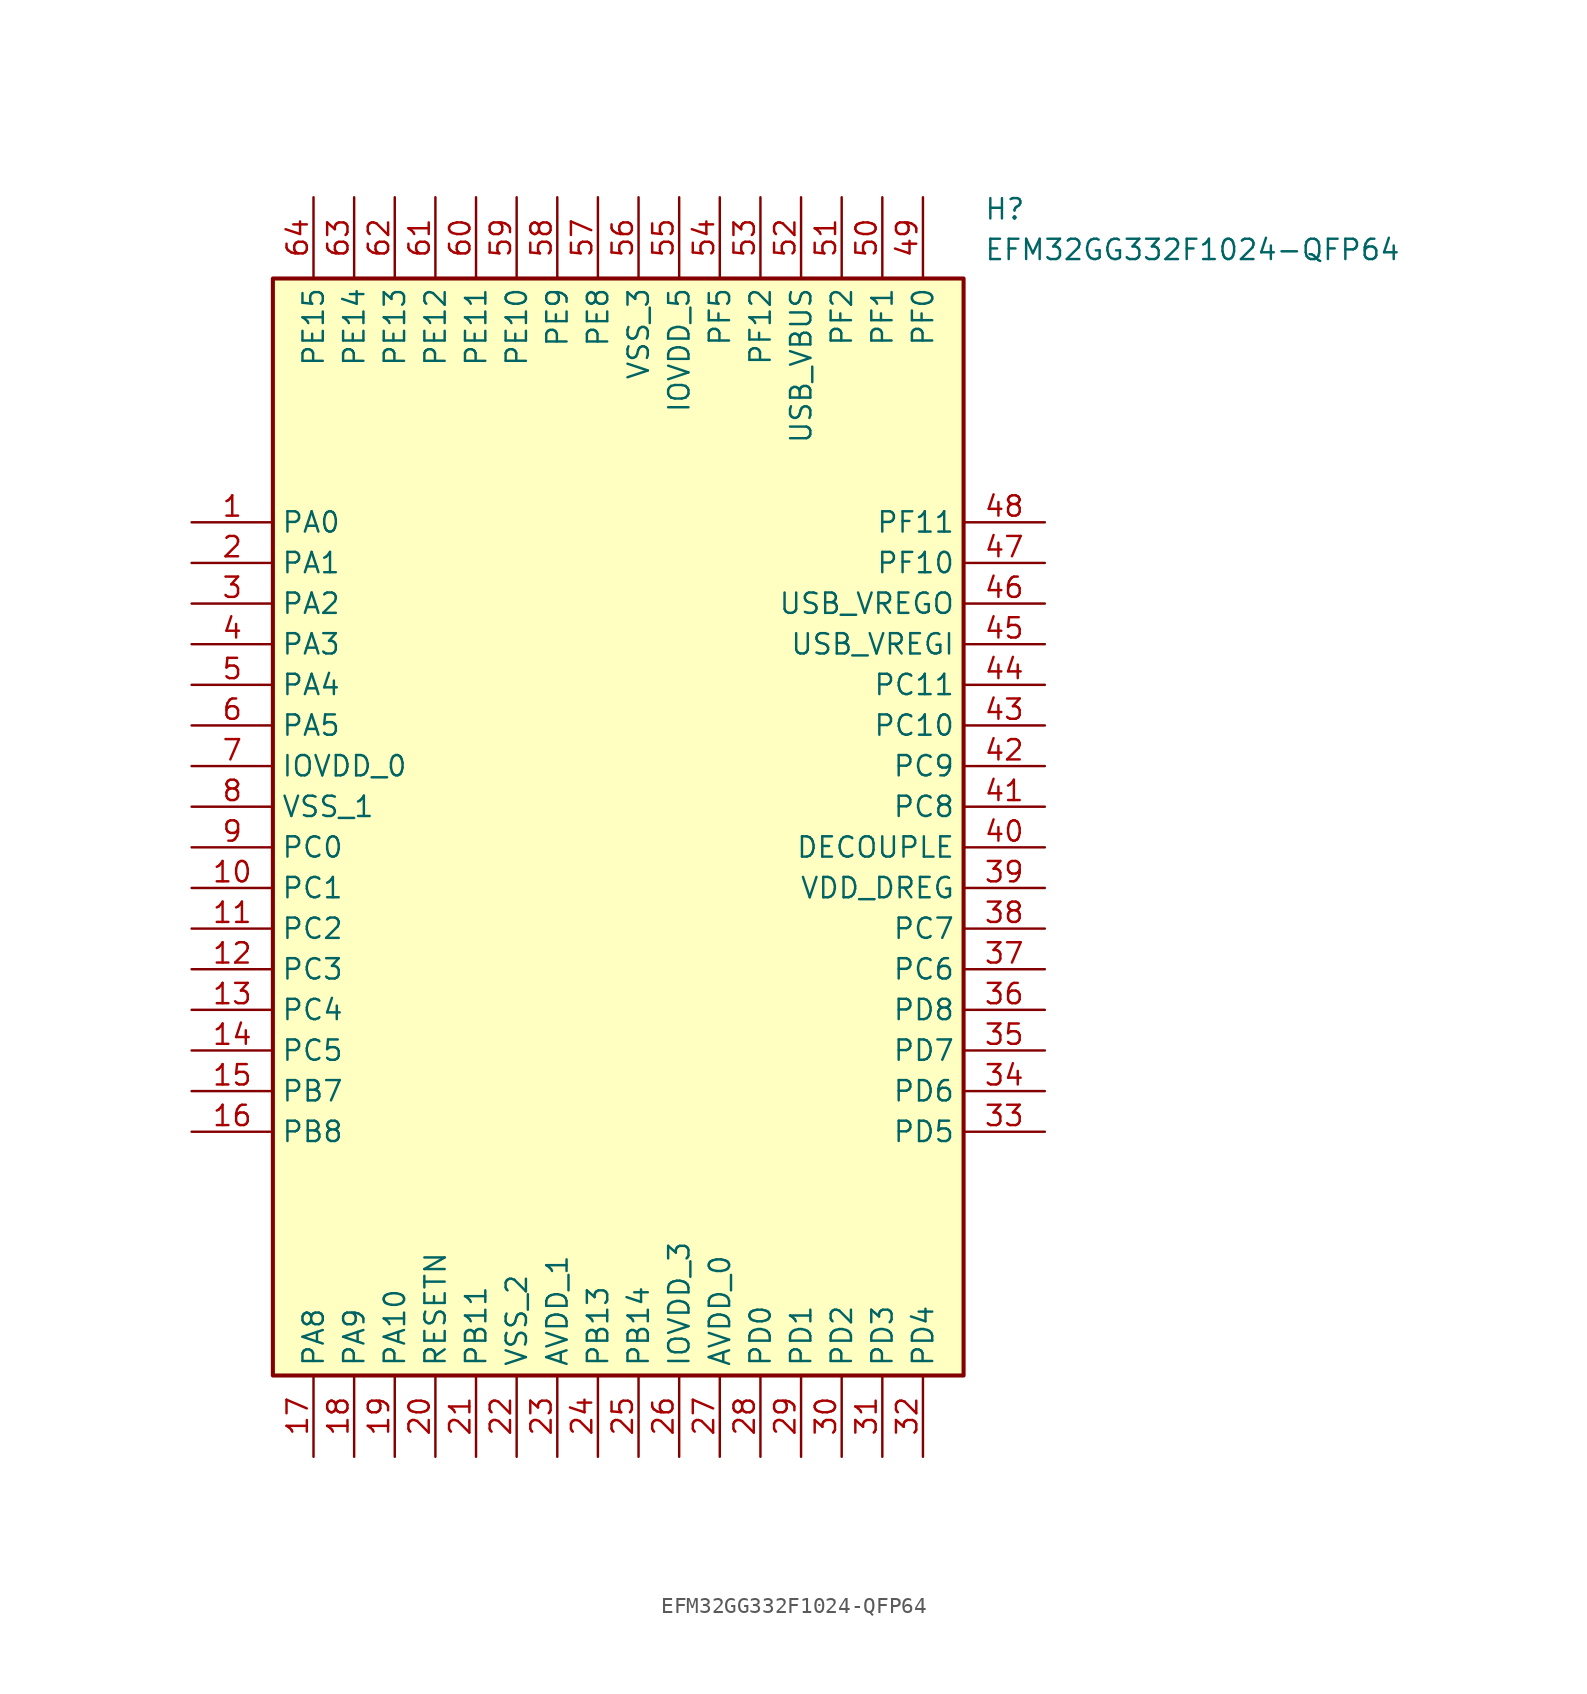
<source format=kicad_sym>
(kicad_symbol_lib
  (version 20211014)
  (generator SamacSys_ECAD_Model)
  (symbol "EFM32GG332F1024-QFP64"
    (property "Reference" "H"
      (at 49.53 20.32 0)
      (effects (font (size 1.27 1.27)) (justify left top)))
    (property "Value" "EFM32GG332F1024-QFP64"
      (at 49.53 17.78 0)
      (effects (font (size 1.27 1.27)) (justify left top)))
    (rectangle
      (start 5.08 15.24)
      (end 48.26 -53.34)
      (stroke (width 0.254) (type default))
      (fill (type background)))
    (pin bidirectional line
      (at 0 0 0)
      (length 5.08)
      (name "PA0" (effects (font (size 1.27 1.27))))
      (number "1" (effects (font (size 1.27 1.27)))))
    (pin bidirectional line
      (at 0 -2.54 0)
      (length 5.08)
      (name "PA1" (effects (font (size 1.27 1.27))))
      (number "2" (effects (font (size 1.27 1.27)))))
    (pin bidirectional line
      (at 0 -5.08 0)
      (length 5.08)
      (name "PA2" (effects (font (size 1.27 1.27))))
      (number "3" (effects (font (size 1.27 1.27)))))
    (pin bidirectional line
      (at 0 -7.62 0)
      (length 5.08)
      (name "PA3" (effects (font (size 1.27 1.27))))
      (number "4" (effects (font (size 1.27 1.27)))))
    (pin bidirectional line
      (at 0 -10.16 0)
      (length 5.08)
      (name "PA4" (effects (font (size 1.27 1.27))))
      (number "5" (effects (font (size 1.27 1.27)))))
    (pin bidirectional line
      (at 0 -12.7 0)
      (length 5.08)
      (name "PA5" (effects (font (size 1.27 1.27))))
      (number "6" (effects (font (size 1.27 1.27)))))
    (pin power_in line
      (at 0 -15.24 0)
      (length 5.08)
      (name "IOVDD_0" (effects (font (size 1.27 1.27))))
      (number "7" (effects (font (size 1.27 1.27)))))
    (pin power_in line
      (at 0 -17.78 0)
      (length 5.08)
      (name "VSS_1" (effects (font (size 1.27 1.27))))
      (number "8" (effects (font (size 1.27 1.27)))))
    (pin bidirectional line
      (at 0 -20.32 0)
      (length 5.08)
      (name "PC0" (effects (font (size 1.27 1.27))))
      (number "9" (effects (font (size 1.27 1.27)))))
    (pin bidirectional line
      (at 0 -22.86 0)
      (length 5.08)
      (name "PC1" (effects (font (size 1.27 1.27))))
      (number "10" (effects (font (size 1.27 1.27)))))
    (pin bidirectional line
      (at 0 -25.4 0)
      (length 5.08)
      (name "PC2" (effects (font (size 1.27 1.27))))
      (number "11" (effects (font (size 1.27 1.27)))))
    (pin bidirectional line
      (at 0 -27.94 0)
      (length 5.08)
      (name "PC3" (effects (font (size 1.27 1.27))))
      (number "12" (effects (font (size 1.27 1.27)))))
    (pin bidirectional line
      (at 0 -30.48 0)
      (length 5.08)
      (name "PC4" (effects (font (size 1.27 1.27))))
      (number "13" (effects (font (size 1.27 1.27)))))
    (pin bidirectional line
      (at 0 -33.02 0)
      (length 5.08)
      (name "PC5" (effects (font (size 1.27 1.27))))
      (number "14" (effects (font (size 1.27 1.27)))))
    (pin bidirectional line
      (at 0 -35.56 0)
      (length 5.08)
      (name "PB7" (effects (font (size 1.27 1.27))))
      (number "15" (effects (font (size 1.27 1.27)))))
    (pin bidirectional line
      (at 0 -38.1 0)
      (length 5.08)
      (name "PB8" (effects (font (size 1.27 1.27))))
      (number "16" (effects (font (size 1.27 1.27)))))
    (pin bidirectional line
      (at 7.62 -58.42 90)
      (length 5.08)
      (name "PA8" (effects (font (size 1.27 1.27))))
      (number "17" (effects (font (size 1.27 1.27)))))
    (pin bidirectional line
      (at 10.16 -58.42 90)
      (length 5.08)
      (name "PA9" (effects (font (size 1.27 1.27))))
      (number "18" (effects (font (size 1.27 1.27)))))
    (pin bidirectional line
      (at 12.7 -58.42 90)
      (length 5.08)
      (name "PA10" (effects (font (size 1.27 1.27))))
      (number "19" (effects (font (size 1.27 1.27)))))
    (pin input line
      (at 15.24 -58.42 90)
      (length 5.08)
      (name "RESETN" (effects (font (size 1.27 1.27))))
      (number "20" (effects (font (size 1.27 1.27)))))
    (pin bidirectional line
      (at 17.78 -58.42 90)
      (length 5.08)
      (name "PB11" (effects (font (size 1.27 1.27))))
      (number "21" (effects (font (size 1.27 1.27)))))
    (pin power_in line
      (at 20.32 -58.42 90)
      (length 5.08)
      (name "VSS_2" (effects (font (size 1.27 1.27))))
      (number "22" (effects (font (size 1.27 1.27)))))
    (pin power_in line
      (at 22.86 -58.42 90)
      (length 5.08)
      (name "AVDD_1" (effects (font (size 1.27 1.27))))
      (number "23" (effects (font (size 1.27 1.27)))))
    (pin bidirectional line
      (at 25.4 -58.42 90)
      (length 5.08)
      (name "PB13" (effects (font (size 1.27 1.27))))
      (number "24" (effects (font (size 1.27 1.27)))))
    (pin bidirectional line
      (at 27.94 -58.42 90)
      (length 5.08)
      (name "PB14" (effects (font (size 1.27 1.27))))
      (number "25" (effects (font (size 1.27 1.27)))))
    (pin power_in line
      (at 30.48 -58.42 90)
      (length 5.08)
      (name "IOVDD_3" (effects (font (size 1.27 1.27))))
      (number "26" (effects (font (size 1.27 1.27)))))
    (pin power_in line
      (at 33.02 -58.42 90)
      (length 5.08)
      (name "AVDD_0" (effects (font (size 1.27 1.27))))
      (number "27" (effects (font (size 1.27 1.27)))))
    (pin bidirectional line
      (at 35.56 -58.42 90)
      (length 5.08)
      (name "PD0" (effects (font (size 1.27 1.27))))
      (number "28" (effects (font (size 1.27 1.27)))))
    (pin bidirectional line
      (at 38.1 -58.42 90)
      (length 5.08)
      (name "PD1" (effects (font (size 1.27 1.27))))
      (number "29" (effects (font (size 1.27 1.27)))))
    (pin bidirectional line
      (at 40.64 -58.42 90)
      (length 5.08)
      (name "PD2" (effects (font (size 1.27 1.27))))
      (number "30" (effects (font (size 1.27 1.27)))))
    (pin bidirectional line
      (at 43.18 -58.42 90)
      (length 5.08)
      (name "PD3" (effects (font (size 1.27 1.27))))
      (number "31" (effects (font (size 1.27 1.27)))))
    (pin bidirectional line
      (at 45.72 -58.42 90)
      (length 5.08)
      (name "PD4" (effects (font (size 1.27 1.27))))
      (number "32" (effects (font (size 1.27 1.27)))))
    (pin bidirectional line
      (at 53.34 0 180)
      (length 5.08)
      (name "PF11" (effects (font (size 1.27 1.27))))
      (number "48" (effects (font (size 1.27 1.27)))))
    (pin bidirectional line
      (at 53.34 -2.54 180)
      (length 5.08)
      (name "PF10" (effects (font (size 1.27 1.27))))
      (number "47" (effects (font (size 1.27 1.27)))))
    (pin power_in line
      (at 53.34 -5.08 180)
      (length 5.08)
      (name "USB_VREGO" (effects (font (size 1.27 1.27))))
      (number "46" (effects (font (size 1.27 1.27)))))
    (pin power_in line
      (at 53.34 -7.62 180)
      (length 5.08)
      (name "USB_VREGI" (effects (font (size 1.27 1.27))))
      (number "45" (effects (font (size 1.27 1.27)))))
    (pin bidirectional line
      (at 53.34 -10.16 180)
      (length 5.08)
      (name "PC11" (effects (font (size 1.27 1.27))))
      (number "44" (effects (font (size 1.27 1.27)))))
    (pin bidirectional line
      (at 53.34 -12.7 180)
      (length 5.08)
      (name "PC10" (effects (font (size 1.27 1.27))))
      (number "43" (effects (font (size 1.27 1.27)))))
    (pin bidirectional line
      (at 53.34 -15.24 180)
      (length 5.08)
      (name "PC9" (effects (font (size 1.27 1.27))))
      (number "42" (effects (font (size 1.27 1.27)))))
    (pin bidirectional line
      (at 53.34 -17.78 180)
      (length 5.08)
      (name "PC8" (effects (font (size 1.27 1.27))))
      (number "41" (effects (font (size 1.27 1.27)))))
    (pin output line
      (at 53.34 -20.32 180)
      (length 5.08)
      (name "DECOUPLE" (effects (font (size 1.27 1.27))))
      (number "40" (effects (font (size 1.27 1.27)))))
    (pin power_in line
      (at 53.34 -22.86 180)
      (length 5.08)
      (name "VDD_DREG" (effects (font (size 1.27 1.27))))
      (number "39" (effects (font (size 1.27 1.27)))))
    (pin bidirectional line
      (at 53.34 -25.4 180)
      (length 5.08)
      (name "PC7" (effects (font (size 1.27 1.27))))
      (number "38" (effects (font (size 1.27 1.27)))))
    (pin bidirectional line
      (at 53.34 -27.94 180)
      (length 5.08)
      (name "PC6" (effects (font (size 1.27 1.27))))
      (number "37" (effects (font (size 1.27 1.27)))))
    (pin bidirectional line
      (at 53.34 -30.48 180)
      (length 5.08)
      (name "PD8" (effects (font (size 1.27 1.27))))
      (number "36" (effects (font (size 1.27 1.27)))))
    (pin bidirectional line
      (at 53.34 -33.02 180)
      (length 5.08)
      (name "PD7" (effects (font (size 1.27 1.27))))
      (number "35" (effects (font (size 1.27 1.27)))))
    (pin bidirectional line
      (at 53.34 -35.56 180)
      (length 5.08)
      (name "PD6" (effects (font (size 1.27 1.27))))
      (number "34" (effects (font (size 1.27 1.27)))))
    (pin bidirectional line
      (at 53.34 -38.1 180)
      (length 5.08)
      (name "PD5" (effects (font (size 1.27 1.27))))
      (number "33" (effects (font (size 1.27 1.27)))))
    (pin bidirectional line
      (at 7.62 20.32 270)
      (length 5.08)
      (name "PE15" (effects (font (size 1.27 1.27))))
      (number "64" (effects (font (size 1.27 1.27)))))
    (pin bidirectional line
      (at 10.16 20.32 270)
      (length 5.08)
      (name "PE14" (effects (font (size 1.27 1.27))))
      (number "63" (effects (font (size 1.27 1.27)))))
    (pin bidirectional line
      (at 12.7 20.32 270)
      (length 5.08)
      (name "PE13" (effects (font (size 1.27 1.27))))
      (number "62" (effects (font (size 1.27 1.27)))))
    (pin bidirectional line
      (at 15.24 20.32 270)
      (length 5.08)
      (name "PE12" (effects (font (size 1.27 1.27))))
      (number "61" (effects (font (size 1.27 1.27)))))
    (pin bidirectional line
      (at 17.78 20.32 270)
      (length 5.08)
      (name "PE11" (effects (font (size 1.27 1.27))))
      (number "60" (effects (font (size 1.27 1.27)))))
    (pin bidirectional line
      (at 20.32 20.32 270)
      (length 5.08)
      (name "PE10" (effects (font (size 1.27 1.27))))
      (number "59" (effects (font (size 1.27 1.27)))))
    (pin bidirectional line
      (at 22.86 20.32 270)
      (length 5.08)
      (name "PE9" (effects (font (size 1.27 1.27))))
      (number "58" (effects (font (size 1.27 1.27)))))
    (pin bidirectional line
      (at 25.4 20.32 270)
      (length 5.08)
      (name "PE8" (effects (font (size 1.27 1.27))))
      (number "57" (effects (font (size 1.27 1.27)))))
    (pin power_in line
      (at 27.94 20.32 270)
      (length 5.08)
      (name "VSS_3" (effects (font (size 1.27 1.27))))
      (number "56" (effects (font (size 1.27 1.27)))))
    (pin power_in line
      (at 30.48 20.32 270)
      (length 5.08)
      (name "IOVDD_5" (effects (font (size 1.27 1.27))))
      (number "55" (effects (font (size 1.27 1.27)))))
    (pin bidirectional line
      (at 33.02 20.32 270)
      (length 5.08)
      (name "PF5" (effects (font (size 1.27 1.27))))
      (number "54" (effects (font (size 1.27 1.27)))))
    (pin bidirectional line
      (at 35.56 20.32 270)
      (length 5.08)
      (name "PF12" (effects (font (size 1.27 1.27))))
      (number "53" (effects (font (size 1.27 1.27)))))
    (pin passive line
      (at 38.1 20.32 270)
      (length 5.08)
      (name "USB_VBUS" (effects (font (size 1.27 1.27))))
      (number "52" (effects (font (size 1.27 1.27)))))
    (pin bidirectional line
      (at 40.64 20.32 270)
      (length 5.08)
      (name "PF2" (effects (font (size 1.27 1.27))))
      (number "51" (effects (font (size 1.27 1.27)))))
    (pin bidirectional line
      (at 43.18 20.32 270)
      (length 5.08)
      (name "PF1" (effects (font (size 1.27 1.27))))
      (number "50" (effects (font (size 1.27 1.27)))))
    (pin bidirectional line
      (at 45.72 20.32 270)
      (length 5.08)
      (name "PF0" (effects (font (size 1.27 1.27))))
      (number "49" (effects (font (size 1.27 1.27)))))))
</source>
